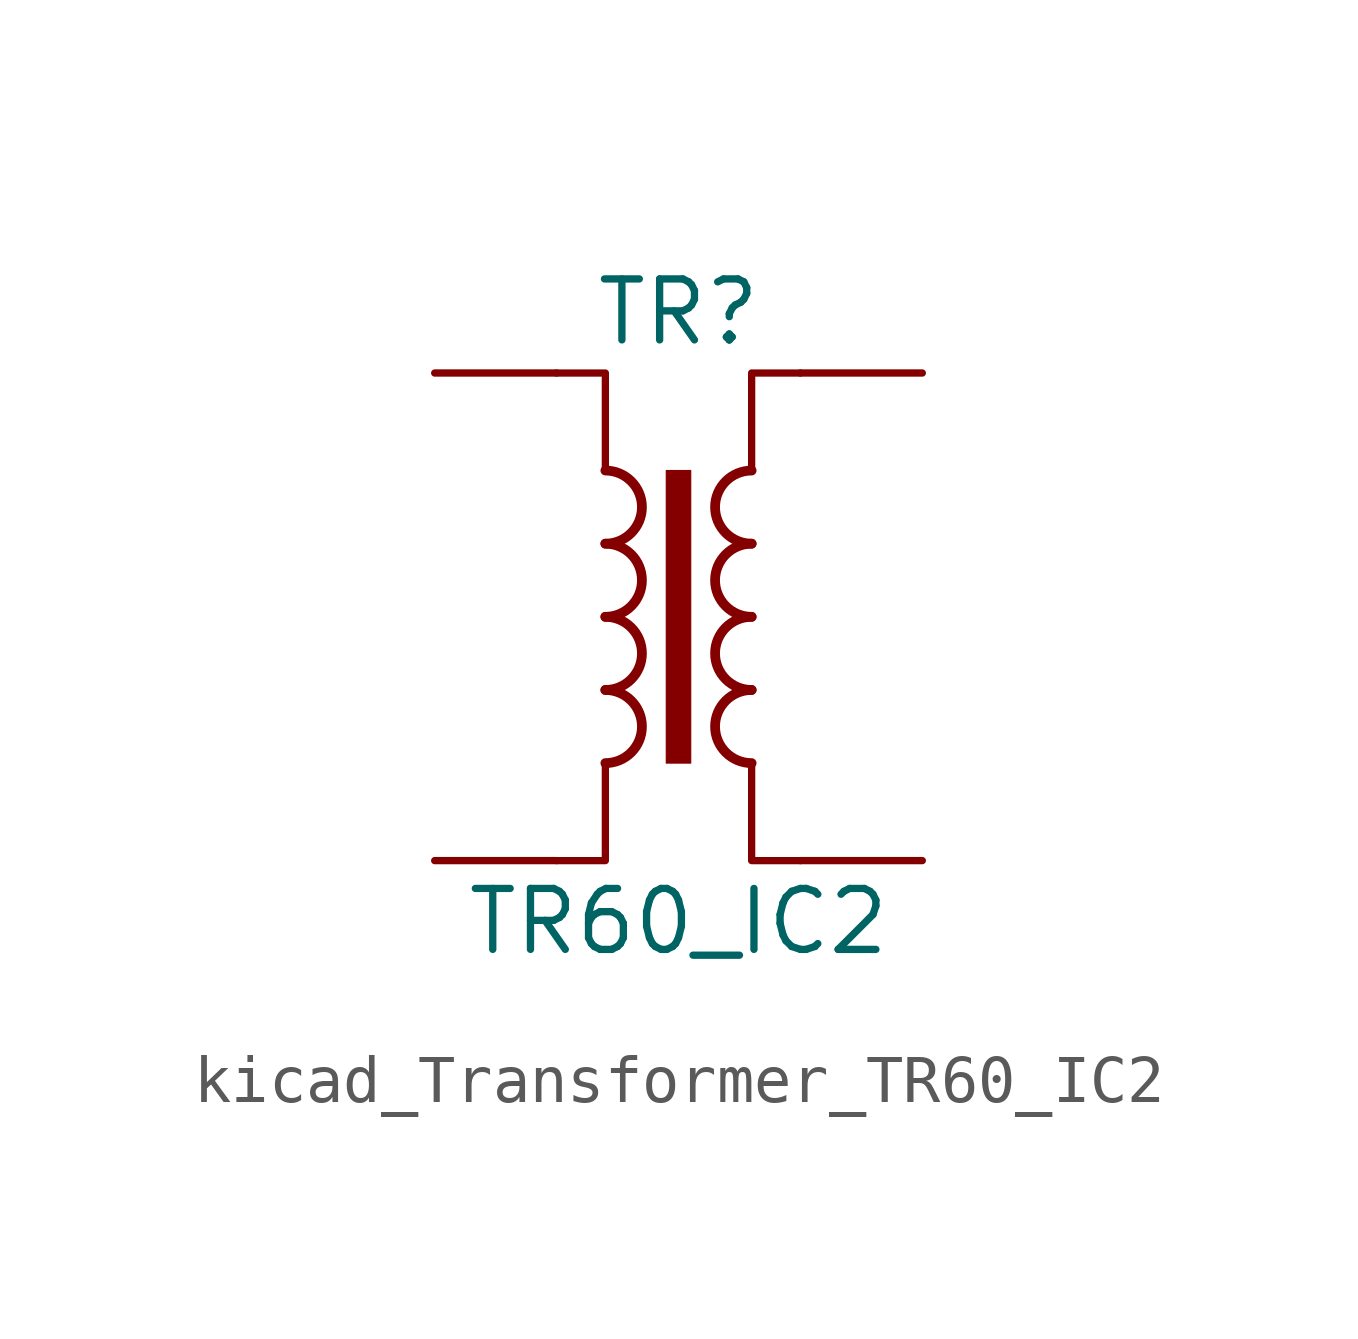
<source format=kicad_sym>
(kicad_symbol_lib
  (version 20220914)
  (generator kicad_symbol_editor)
  (symbol "kicad_Transformer_TR60_IC2"
    (pin_numbers hide)
    (pin_names
      (offset 0))
    (property "Reference" "TR"
      (at 0 6.35 0)
      (effects (font (size 1.27 1.27))))
    (property "Value" "TR60_IC2"
      (at 0 -6.35 0)
      (effects (font (size 1.27 1.27))))
    (symbol "kicad_Transformer_TR60_IC2_0_1"
      (arc (start -1.524 -3.048) (mid -0.7653 -2.286) (end -1.524 -1.524) (stroke (width 0.2032) (type default)) (fill (type none)))
      (arc (start -1.524 -1.524) (mid -0.7653 -0.762) (end -1.524 0) (stroke (width 0.2032) (type default)) (fill (type none)))
      (arc (start -1.524 0) (mid -0.7653 0.762) (end -1.524 1.524) (stroke (width 0.2032) (type default)) (fill (type none)))
      (arc (start -1.524 1.524) (mid -0.7653 2.286) (end -1.524 3.048) (stroke (width 0.2032) (type default)) (fill (type none)))
      (rectangle (start -0.254 3.048) (end 0.254 -3.048) (stroke (width 0.025) (type default)) (fill (type outline)))
      (polyline (pts (xy -2.54 5.08) (xy -1.524 5.08) (xy -1.524 3.048) (xy -1.524 3.048)) (stroke (width 0.152) (type default)) (fill (type none)))
      (polyline (pts (xy -1.524 -3.048) (xy -1.524 -5.08) (xy -2.54 -5.08) (xy -2.54 -5.08)) (stroke (width 0.152) (type default)) (fill (type none)))
      (polyline (pts (xy 1.524 3.048) (xy 1.524 5.08) (xy 2.54 5.08) (xy 2.54 5.08)) (stroke (width 0.152) (type default)) (fill (type none)))
      (polyline (pts (xy 2.54 -5.08) (xy 1.524 -5.08) (xy 1.524 -3.048) (xy 1.524 -3.048)) (stroke (width 0.152) (type default)) (fill (type none)))
      (arc (start 1.524 -1.524) (mid 0.7653 -2.286) (end 1.524 -3.048) (stroke (width 0.2032) (type default)) (fill (type none)))
      (arc (start 1.524 0) (mid 0.7653 -0.762) (end 1.524 -1.524) (stroke (width 0.2032) (type default)) (fill (type none)))
      (arc (start 1.524 1.524) (mid 0.7653 0.762) (end 1.524 0) (stroke (width 0.2032) (type default)) (fill (type none)))
      (arc (start 1.524 3.048) (mid 0.7653 2.286) (end 1.524 1.524) (stroke (width 0.2032) (type default)) (fill (type none))))
    (symbol "kicad_Transformer_TR60_IC2_1_1"
      (pin passive line (at -5.08 5.08 0) (length 2.54) (name "~" (effects (font (size 1.27 1.27)))) (number "1" (effects (font (size 1.27 1.27)))))
      (pin passive line (at -5.08 -5.08 0) (length 2.54) (name "~" (effects (font (size 1.27 1.27)))) (number "2" (effects (font (size 1.27 1.27)))))
      (pin passive line (at 5.08 5.08 180) (length 2.54) (name "~" (effects (font (size 1.27 1.27)))) (number "3" (effects (font (size 1.27 1.27)))))
      (pin passive line (at 5.08 -5.08 180) (length 2.54) (name "~" (effects (font (size 1.27 1.27)))) (number "4" (effects (font (size 1.27 1.27))))))))
</source>
